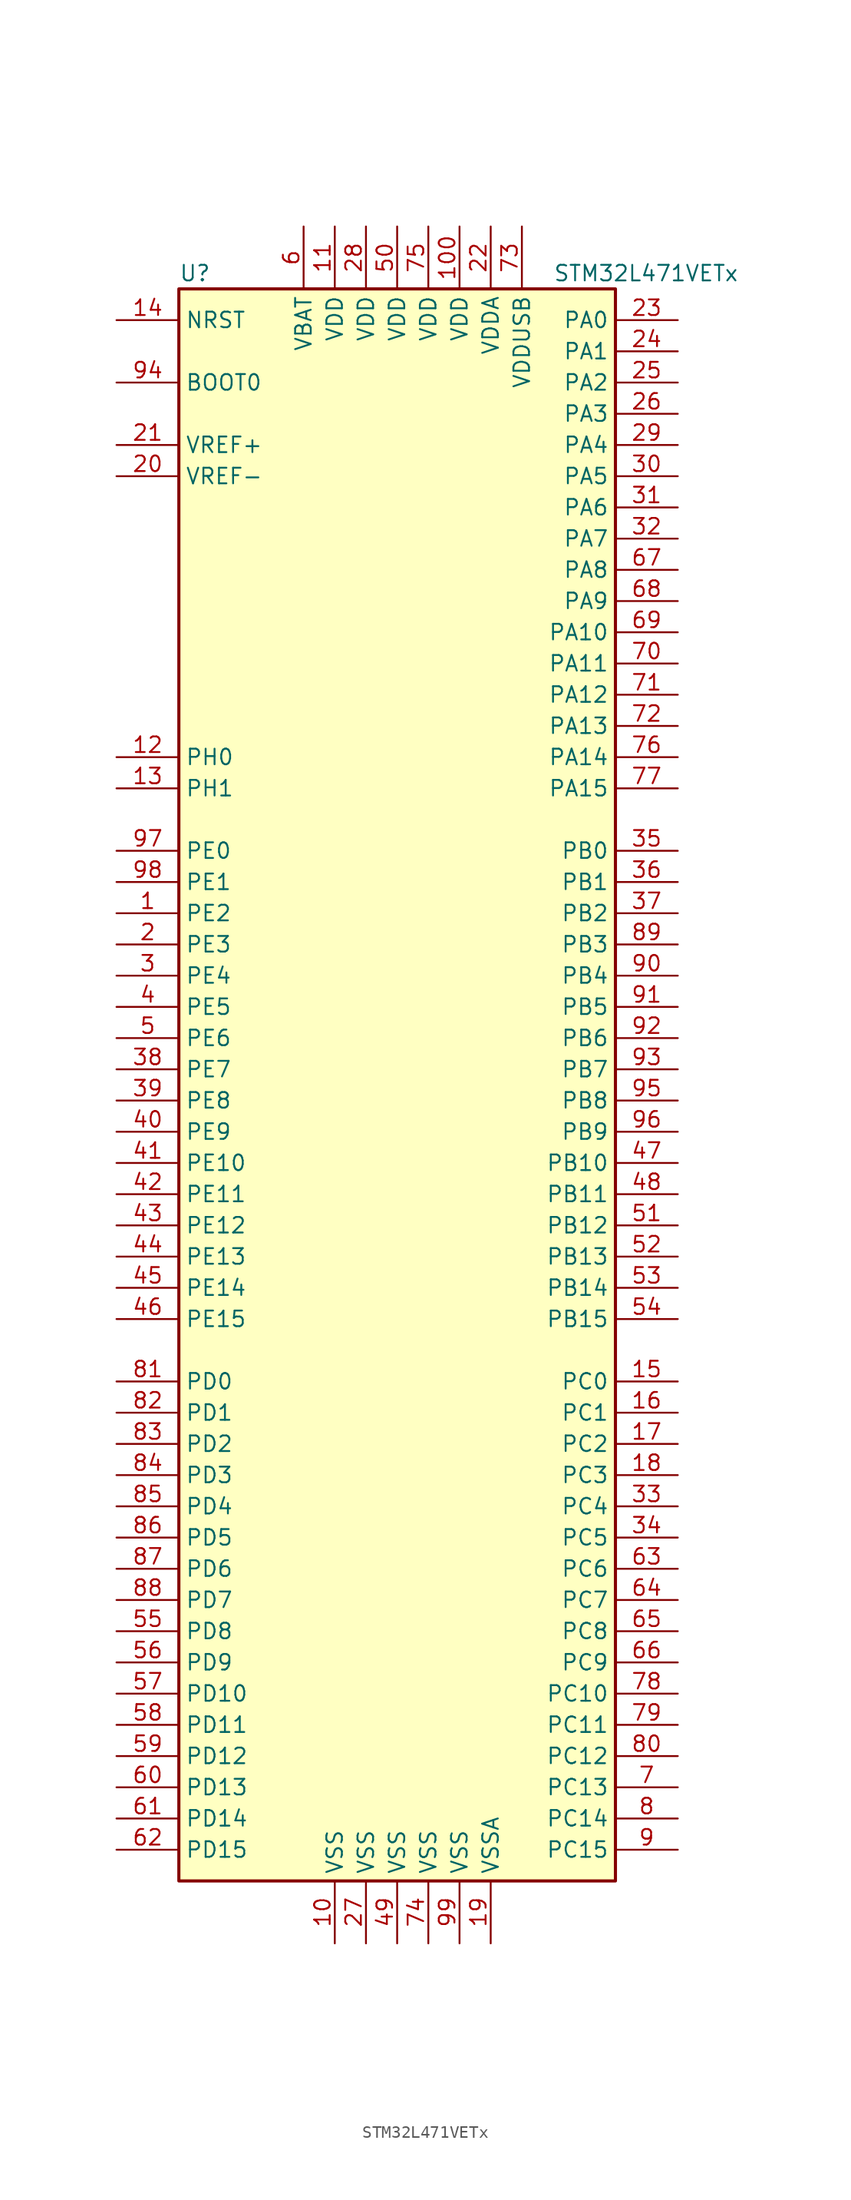
<source format=kicad_sym>
(kicad_symbol_lib
  (version 20201005)
  (generator kicad_symbol_editor)
  (symbol "STM32L471VETx"
    (property "Reference" "U"
      (at -17.78 64.77 0)
      (effects (font (size 1.27 1.27)) (justify left)))
    (property "Value" "STM32L471VETx"
      (at 12.7 64.77 0)
      (effects (font (size 1.27 1.27)) (justify left)))
    (symbol "STM32L471VETx_0_1"
      (rectangle (start -17.78 -66.04) (end 17.78 63.5) (stroke (width 0.254)) (fill (type background))))
    (symbol "STM32L471VETx_1_1"
      (pin input line (at -22.86 55.88 0) (length 5.08) (name "BOOT0" (effects (font (size 1.27 1.27)))) (number "94" (effects (font (size 1.27 1.27)))))
      (pin input line (at -22.86 60.96 0) (length 5.08) (name "NRST" (effects (font (size 1.27 1.27)))) (number "14" (effects (font (size 1.27 1.27)))))
      (pin bidirectional line (at 22.86 60.96 180) (length 5.08) (name "PA0" (effects (font (size 1.27 1.27)))) (number "23" (effects (font (size 1.27 1.27)))))
      (pin bidirectional line (at 22.86 58.42 180) (length 5.08) (name "PA1" (effects (font (size 1.27 1.27)))) (number "24" (effects (font (size 1.27 1.27)))))
      (pin bidirectional line (at 22.86 35.56 180) (length 5.08) (name "PA10" (effects (font (size 1.27 1.27)))) (number "69" (effects (font (size 1.27 1.27)))))
      (pin bidirectional line (at 22.86 33.02 180) (length 5.08) (name "PA11" (effects (font (size 1.27 1.27)))) (number "70" (effects (font (size 1.27 1.27)))))
      (pin bidirectional line (at 22.86 30.48 180) (length 5.08) (name "PA12" (effects (font (size 1.27 1.27)))) (number "71" (effects (font (size 1.27 1.27)))))
      (pin bidirectional line (at 22.86 27.94 180) (length 5.08) (name "PA13" (effects (font (size 1.27 1.27)))) (number "72" (effects (font (size 1.27 1.27)))))
      (pin bidirectional line (at 22.86 25.4 180) (length 5.08) (name "PA14" (effects (font (size 1.27 1.27)))) (number "76" (effects (font (size 1.27 1.27)))))
      (pin bidirectional line (at 22.86 22.86 180) (length 5.08) (name "PA15" (effects (font (size 1.27 1.27)))) (number "77" (effects (font (size 1.27 1.27)))))
      (pin bidirectional line (at 22.86 55.88 180) (length 5.08) (name "PA2" (effects (font (size 1.27 1.27)))) (number "25" (effects (font (size 1.27 1.27)))))
      (pin bidirectional line (at 22.86 53.34 180) (length 5.08) (name "PA3" (effects (font (size 1.27 1.27)))) (number "26" (effects (font (size 1.27 1.27)))))
      (pin bidirectional line (at 22.86 50.8 180) (length 5.08) (name "PA4" (effects (font (size 1.27 1.27)))) (number "29" (effects (font (size 1.27 1.27)))))
      (pin bidirectional line (at 22.86 48.26 180) (length 5.08) (name "PA5" (effects (font (size 1.27 1.27)))) (number "30" (effects (font (size 1.27 1.27)))))
      (pin bidirectional line (at 22.86 45.72 180) (length 5.08) (name "PA6" (effects (font (size 1.27 1.27)))) (number "31" (effects (font (size 1.27 1.27)))))
      (pin bidirectional line (at 22.86 43.18 180) (length 5.08) (name "PA7" (effects (font (size 1.27 1.27)))) (number "32" (effects (font (size 1.27 1.27)))))
      (pin bidirectional line (at 22.86 40.64 180) (length 5.08) (name "PA8" (effects (font (size 1.27 1.27)))) (number "67" (effects (font (size 1.27 1.27)))))
      (pin bidirectional line (at 22.86 38.1 180) (length 5.08) (name "PA9" (effects (font (size 1.27 1.27)))) (number "68" (effects (font (size 1.27 1.27)))))
      (pin bidirectional line (at 22.86 17.78 180) (length 5.08) (name "PB0" (effects (font (size 1.27 1.27)))) (number "35" (effects (font (size 1.27 1.27)))))
      (pin bidirectional line (at 22.86 15.24 180) (length 5.08) (name "PB1" (effects (font (size 1.27 1.27)))) (number "36" (effects (font (size 1.27 1.27)))))
      (pin bidirectional line (at 22.86 -7.62 180) (length 5.08) (name "PB10" (effects (font (size 1.27 1.27)))) (number "47" (effects (font (size 1.27 1.27)))))
      (pin bidirectional line (at 22.86 -10.16 180) (length 5.08) (name "PB11" (effects (font (size 1.27 1.27)))) (number "48" (effects (font (size 1.27 1.27)))))
      (pin bidirectional line (at 22.86 -12.7 180) (length 5.08) (name "PB12" (effects (font (size 1.27 1.27)))) (number "51" (effects (font (size 1.27 1.27)))))
      (pin bidirectional line (at 22.86 -15.24 180) (length 5.08) (name "PB13" (effects (font (size 1.27 1.27)))) (number "52" (effects (font (size 1.27 1.27)))))
      (pin bidirectional line (at 22.86 -17.78 180) (length 5.08) (name "PB14" (effects (font (size 1.27 1.27)))) (number "53" (effects (font (size 1.27 1.27)))))
      (pin bidirectional line (at 22.86 -20.32 180) (length 5.08) (name "PB15" (effects (font (size 1.27 1.27)))) (number "54" (effects (font (size 1.27 1.27)))))
      (pin bidirectional line (at 22.86 12.7 180) (length 5.08) (name "PB2" (effects (font (size 1.27 1.27)))) (number "37" (effects (font (size 1.27 1.27)))))
      (pin bidirectional line (at 22.86 10.16 180) (length 5.08) (name "PB3" (effects (font (size 1.27 1.27)))) (number "89" (effects (font (size 1.27 1.27)))))
      (pin bidirectional line (at 22.86 7.62 180) (length 5.08) (name "PB4" (effects (font (size 1.27 1.27)))) (number "90" (effects (font (size 1.27 1.27)))))
      (pin bidirectional line (at 22.86 5.08 180) (length 5.08) (name "PB5" (effects (font (size 1.27 1.27)))) (number "91" (effects (font (size 1.27 1.27)))))
      (pin bidirectional line (at 22.86 2.54 180) (length 5.08) (name "PB6" (effects (font (size 1.27 1.27)))) (number "92" (effects (font (size 1.27 1.27)))))
      (pin bidirectional line (at 22.86 0 180) (length 5.08) (name "PB7" (effects (font (size 1.27 1.27)))) (number "93" (effects (font (size 1.27 1.27)))))
      (pin bidirectional line (at 22.86 -2.54 180) (length 5.08) (name "PB8" (effects (font (size 1.27 1.27)))) (number "95" (effects (font (size 1.27 1.27)))))
      (pin bidirectional line (at 22.86 -5.08 180) (length 5.08) (name "PB9" (effects (font (size 1.27 1.27)))) (number "96" (effects (font (size 1.27 1.27)))))
      (pin bidirectional line (at 22.86 -25.4 180) (length 5.08) (name "PC0" (effects (font (size 1.27 1.27)))) (number "15" (effects (font (size 1.27 1.27)))))
      (pin bidirectional line (at 22.86 -27.94 180) (length 5.08) (name "PC1" (effects (font (size 1.27 1.27)))) (number "16" (effects (font (size 1.27 1.27)))))
      (pin bidirectional line (at 22.86 -50.8 180) (length 5.08) (name "PC10" (effects (font (size 1.27 1.27)))) (number "78" (effects (font (size 1.27 1.27)))))
      (pin bidirectional line (at 22.86 -53.34 180) (length 5.08) (name "PC11" (effects (font (size 1.27 1.27)))) (number "79" (effects (font (size 1.27 1.27)))))
      (pin bidirectional line (at 22.86 -55.88 180) (length 5.08) (name "PC12" (effects (font (size 1.27 1.27)))) (number "80" (effects (font (size 1.27 1.27)))))
      (pin bidirectional line (at 22.86 -58.42 180) (length 5.08) (name "PC13" (effects (font (size 1.27 1.27)))) (number "7" (effects (font (size 1.27 1.27)))))
      (pin bidirectional line (at 22.86 -60.96 180) (length 5.08) (name "PC14" (effects (font (size 1.27 1.27)))) (number "8" (effects (font (size 1.27 1.27)))))
      (pin bidirectional line (at 22.86 -63.5 180) (length 5.08) (name "PC15" (effects (font (size 1.27 1.27)))) (number "9" (effects (font (size 1.27 1.27)))))
      (pin bidirectional line (at 22.86 -30.48 180) (length 5.08) (name "PC2" (effects (font (size 1.27 1.27)))) (number "17" (effects (font (size 1.27 1.27)))))
      (pin bidirectional line (at 22.86 -33.02 180) (length 5.08) (name "PC3" (effects (font (size 1.27 1.27)))) (number "18" (effects (font (size 1.27 1.27)))))
      (pin bidirectional line (at 22.86 -35.56 180) (length 5.08) (name "PC4" (effects (font (size 1.27 1.27)))) (number "33" (effects (font (size 1.27 1.27)))))
      (pin bidirectional line (at 22.86 -38.1 180) (length 5.08) (name "PC5" (effects (font (size 1.27 1.27)))) (number "34" (effects (font (size 1.27 1.27)))))
      (pin bidirectional line (at 22.86 -40.64 180) (length 5.08) (name "PC6" (effects (font (size 1.27 1.27)))) (number "63" (effects (font (size 1.27 1.27)))))
      (pin bidirectional line (at 22.86 -43.18 180) (length 5.08) (name "PC7" (effects (font (size 1.27 1.27)))) (number "64" (effects (font (size 1.27 1.27)))))
      (pin bidirectional line (at 22.86 -45.72 180) (length 5.08) (name "PC8" (effects (font (size 1.27 1.27)))) (number "65" (effects (font (size 1.27 1.27)))))
      (pin bidirectional line (at 22.86 -48.26 180) (length 5.08) (name "PC9" (effects (font (size 1.27 1.27)))) (number "66" (effects (font (size 1.27 1.27)))))
      (pin bidirectional line (at -22.86 -25.4 0) (length 5.08) (name "PD0" (effects (font (size 1.27 1.27)))) (number "81" (effects (font (size 1.27 1.27)))))
      (pin bidirectional line (at -22.86 -27.94 0) (length 5.08) (name "PD1" (effects (font (size 1.27 1.27)))) (number "82" (effects (font (size 1.27 1.27)))))
      (pin bidirectional line (at -22.86 -50.8 0) (length 5.08) (name "PD10" (effects (font (size 1.27 1.27)))) (number "57" (effects (font (size 1.27 1.27)))))
      (pin bidirectional line (at -22.86 -53.34 0) (length 5.08) (name "PD11" (effects (font (size 1.27 1.27)))) (number "58" (effects (font (size 1.27 1.27)))))
      (pin bidirectional line (at -22.86 -55.88 0) (length 5.08) (name "PD12" (effects (font (size 1.27 1.27)))) (number "59" (effects (font (size 1.27 1.27)))))
      (pin bidirectional line (at -22.86 -58.42 0) (length 5.08) (name "PD13" (effects (font (size 1.27 1.27)))) (number "60" (effects (font (size 1.27 1.27)))))
      (pin bidirectional line (at -22.86 -60.96 0) (length 5.08) (name "PD14" (effects (font (size 1.27 1.27)))) (number "61" (effects (font (size 1.27 1.27)))))
      (pin bidirectional line (at -22.86 -63.5 0) (length 5.08) (name "PD15" (effects (font (size 1.27 1.27)))) (number "62" (effects (font (size 1.27 1.27)))))
      (pin bidirectional line (at -22.86 -30.48 0) (length 5.08) (name "PD2" (effects (font (size 1.27 1.27)))) (number "83" (effects (font (size 1.27 1.27)))))
      (pin bidirectional line (at -22.86 -33.02 0) (length 5.08) (name "PD3" (effects (font (size 1.27 1.27)))) (number "84" (effects (font (size 1.27 1.27)))))
      (pin bidirectional line (at -22.86 -35.56 0) (length 5.08) (name "PD4" (effects (font (size 1.27 1.27)))) (number "85" (effects (font (size 1.27 1.27)))))
      (pin bidirectional line (at -22.86 -38.1 0) (length 5.08) (name "PD5" (effects (font (size 1.27 1.27)))) (number "86" (effects (font (size 1.27 1.27)))))
      (pin bidirectional line (at -22.86 -40.64 0) (length 5.08) (name "PD6" (effects (font (size 1.27 1.27)))) (number "87" (effects (font (size 1.27 1.27)))))
      (pin bidirectional line (at -22.86 -43.18 0) (length 5.08) (name "PD7" (effects (font (size 1.27 1.27)))) (number "88" (effects (font (size 1.27 1.27)))))
      (pin bidirectional line (at -22.86 -45.72 0) (length 5.08) (name "PD8" (effects (font (size 1.27 1.27)))) (number "55" (effects (font (size 1.27 1.27)))))
      (pin bidirectional line (at -22.86 -48.26 0) (length 5.08) (name "PD9" (effects (font (size 1.27 1.27)))) (number "56" (effects (font (size 1.27 1.27)))))
      (pin bidirectional line (at -22.86 17.78 0) (length 5.08) (name "PE0" (effects (font (size 1.27 1.27)))) (number "97" (effects (font (size 1.27 1.27)))))
      (pin bidirectional line (at -22.86 15.24 0) (length 5.08) (name "PE1" (effects (font (size 1.27 1.27)))) (number "98" (effects (font (size 1.27 1.27)))))
      (pin bidirectional line (at -22.86 -7.62 0) (length 5.08) (name "PE10" (effects (font (size 1.27 1.27)))) (number "41" (effects (font (size 1.27 1.27)))))
      (pin bidirectional line (at -22.86 -10.16 0) (length 5.08) (name "PE11" (effects (font (size 1.27 1.27)))) (number "42" (effects (font (size 1.27 1.27)))))
      (pin bidirectional line (at -22.86 -12.7 0) (length 5.08) (name "PE12" (effects (font (size 1.27 1.27)))) (number "43" (effects (font (size 1.27 1.27)))))
      (pin bidirectional line (at -22.86 -15.24 0) (length 5.08) (name "PE13" (effects (font (size 1.27 1.27)))) (number "44" (effects (font (size 1.27 1.27)))))
      (pin bidirectional line (at -22.86 -17.78 0) (length 5.08) (name "PE14" (effects (font (size 1.27 1.27)))) (number "45" (effects (font (size 1.27 1.27)))))
      (pin bidirectional line (at -22.86 -20.32 0) (length 5.08) (name "PE15" (effects (font (size 1.27 1.27)))) (number "46" (effects (font (size 1.27 1.27)))))
      (pin bidirectional line (at -22.86 12.7 0) (length 5.08) (name "PE2" (effects (font (size 1.27 1.27)))) (number "1" (effects (font (size 1.27 1.27)))))
      (pin bidirectional line (at -22.86 10.16 0) (length 5.08) (name "PE3" (effects (font (size 1.27 1.27)))) (number "2" (effects (font (size 1.27 1.27)))))
      (pin bidirectional line (at -22.86 7.62 0) (length 5.08) (name "PE4" (effects (font (size 1.27 1.27)))) (number "3" (effects (font (size 1.27 1.27)))))
      (pin bidirectional line (at -22.86 5.08 0) (length 5.08) (name "PE5" (effects (font (size 1.27 1.27)))) (number "4" (effects (font (size 1.27 1.27)))))
      (pin bidirectional line (at -22.86 2.54 0) (length 5.08) (name "PE6" (effects (font (size 1.27 1.27)))) (number "5" (effects (font (size 1.27 1.27)))))
      (pin bidirectional line (at -22.86 0 0) (length 5.08) (name "PE7" (effects (font (size 1.27 1.27)))) (number "38" (effects (font (size 1.27 1.27)))))
      (pin bidirectional line (at -22.86 -2.54 0) (length 5.08) (name "PE8" (effects (font (size 1.27 1.27)))) (number "39" (effects (font (size 1.27 1.27)))))
      (pin bidirectional line (at -22.86 -5.08 0) (length 5.08) (name "PE9" (effects (font (size 1.27 1.27)))) (number "40" (effects (font (size 1.27 1.27)))))
      (pin input line (at -22.86 25.4 0) (length 5.08) (name "PH0" (effects (font (size 1.27 1.27)))) (number "12" (effects (font (size 1.27 1.27)))))
      (pin input line (at -22.86 22.86 0) (length 5.08) (name "PH1" (effects (font (size 1.27 1.27)))) (number "13" (effects (font (size 1.27 1.27)))))
      (pin power_in line (at -7.62 68.58 270) (length 5.08) (name "VBAT" (effects (font (size 1.27 1.27)))) (number "6" (effects (font (size 1.27 1.27)))))
      (pin power_in line (at 5.08 68.58 270) (length 5.08) (name "VDD" (effects (font (size 1.27 1.27)))) (number "100" (effects (font (size 1.27 1.27)))))
      (pin power_in line (at -5.08 68.58 270) (length 5.08) (name "VDD" (effects (font (size 1.27 1.27)))) (number "11" (effects (font (size 1.27 1.27)))))
      (pin power_in line (at -2.54 68.58 270) (length 5.08) (name "VDD" (effects (font (size 1.27 1.27)))) (number "28" (effects (font (size 1.27 1.27)))))
      (pin power_in line (at 0 68.58 270) (length 5.08) (name "VDD" (effects (font (size 1.27 1.27)))) (number "50" (effects (font (size 1.27 1.27)))))
      (pin power_in line (at 2.54 68.58 270) (length 5.08) (name "VDD" (effects (font (size 1.27 1.27)))) (number "75" (effects (font (size 1.27 1.27)))))
      (pin power_in line (at 7.62 68.58 270) (length 5.08) (name "VDDA" (effects (font (size 1.27 1.27)))) (number "22" (effects (font (size 1.27 1.27)))))
      (pin power_in line (at 10.16 68.58 270) (length 5.08) (name "VDDUSB" (effects (font (size 1.27 1.27)))) (number "73" (effects (font (size 1.27 1.27)))))
      (pin bidirectional line (at -22.86 50.8 0) (length 5.08) (name "VREF+" (effects (font (size 1.27 1.27)))) (number "21" (effects (font (size 1.27 1.27)))))
      (pin power_in line (at -22.86 48.26 0) (length 5.08) (name "VREF-" (effects (font (size 1.27 1.27)))) (number "20" (effects (font (size 1.27 1.27)))))
      (pin power_in line (at -5.08 -71.12 90) (length 5.08) (name "VSS" (effects (font (size 1.27 1.27)))) (number "10" (effects (font (size 1.27 1.27)))))
      (pin power_in line (at -2.54 -71.12 90) (length 5.08) (name "VSS" (effects (font (size 1.27 1.27)))) (number "27" (effects (font (size 1.27 1.27)))))
      (pin power_in line (at 0 -71.12 90) (length 5.08) (name "VSS" (effects (font (size 1.27 1.27)))) (number "49" (effects (font (size 1.27 1.27)))))
      (pin power_in line (at 2.54 -71.12 90) (length 5.08) (name "VSS" (effects (font (size 1.27 1.27)))) (number "74" (effects (font (size 1.27 1.27)))))
      (pin power_in line (at 5.08 -71.12 90) (length 5.08) (name "VSS" (effects (font (size 1.27 1.27)))) (number "99" (effects (font (size 1.27 1.27)))))
      (pin power_in line (at 7.62 -71.12 90) (length 5.08) (name "VSSA" (effects (font (size 1.27 1.27)))) (number "19" (effects (font (size 1.27 1.27))))))))
</source>
